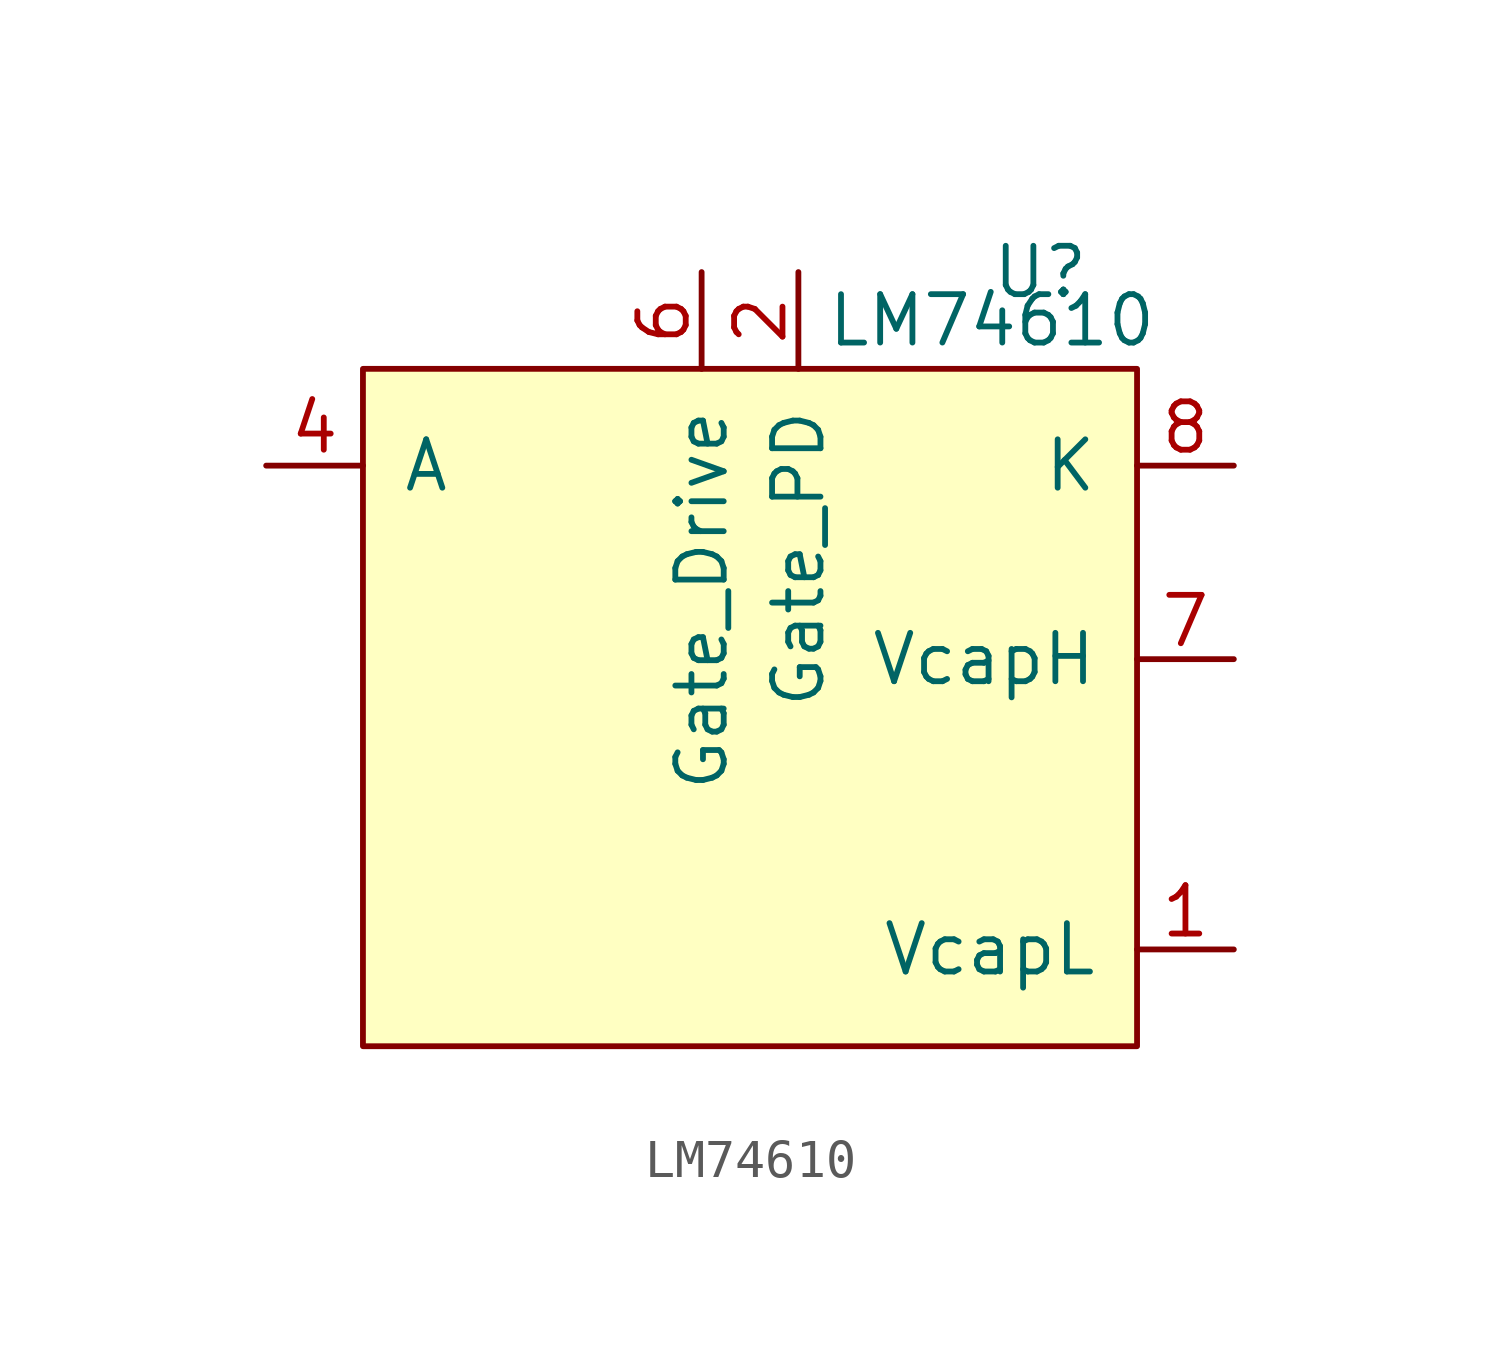
<source format=kicad_sym>
(kicad_symbol_lib
  (version 20211014)
  (generator kicad_symbol_editor)
  (symbol "LM74610"
    (pin_names
      (offset 1.016))
    (property "Reference" "U"
      (at 7.62 11.43 0)
      (effects (font (size 1.27 1.27))))
    (property "Value" "LM74610"
      (at 6.35 10.16 0)
      (effects (font (size 1.27 1.27))))
    (symbol "LM74610_0_0"
      (pin input line (at 12.7 -6.35 180) (length 2.54) (name "VcapL" (effects (font (size 1.27 1.27)))) (number "1" (effects (font (size 1.27 1.27)))))
      (pin input line (at 1.27 11.43 270) (length 2.54) (name "Gate_PD" (effects (font (size 1.27 1.27)))) (number "2" (effects (font (size 1.27 1.27)))))
      (pin no_connect line (at -3.81 -8.89 90) (length 2.54) hide (name "NC" (effects (font (size 1.27 1.27)))) (number "3" (effects (font (size 1.27 1.27)))))
      (pin power_in line (at -12.7 6.35 0) (length 2.54) (name "A" (effects (font (size 1.27 1.27)))) (number "4" (effects (font (size 1.27 1.27)))))
      (pin no_connect line (at -5.08 -8.89 90) (length 2.54) hide (name "NC" (effects (font (size 1.27 1.27)))) (number "5" (effects (font (size 1.27 1.27)))))
      (pin output line (at -1.27 11.43 270) (length 2.54) (name "Gate_Drive" (effects (font (size 1.27 1.27)))) (number "6" (effects (font (size 1.27 1.27)))))
      (pin input line (at 12.7 1.27 180) (length 2.54) (name "VcapH" (effects (font (size 1.27 1.27)))) (number "7" (effects (font (size 1.27 1.27)))))
      (pin power_out line (at 12.7 6.35 180) (length 2.54) (name "K" (effects (font (size 1.27 1.27)))) (number "8" (effects (font (size 1.27 1.27))))))
    (symbol "LM74610_0_1"
      (rectangle (start -10.16 8.89) (end 10.16 -8.89) (stroke (width 0) (type default) (color 0 0 0 0)) (fill (type background))))))
</source>
